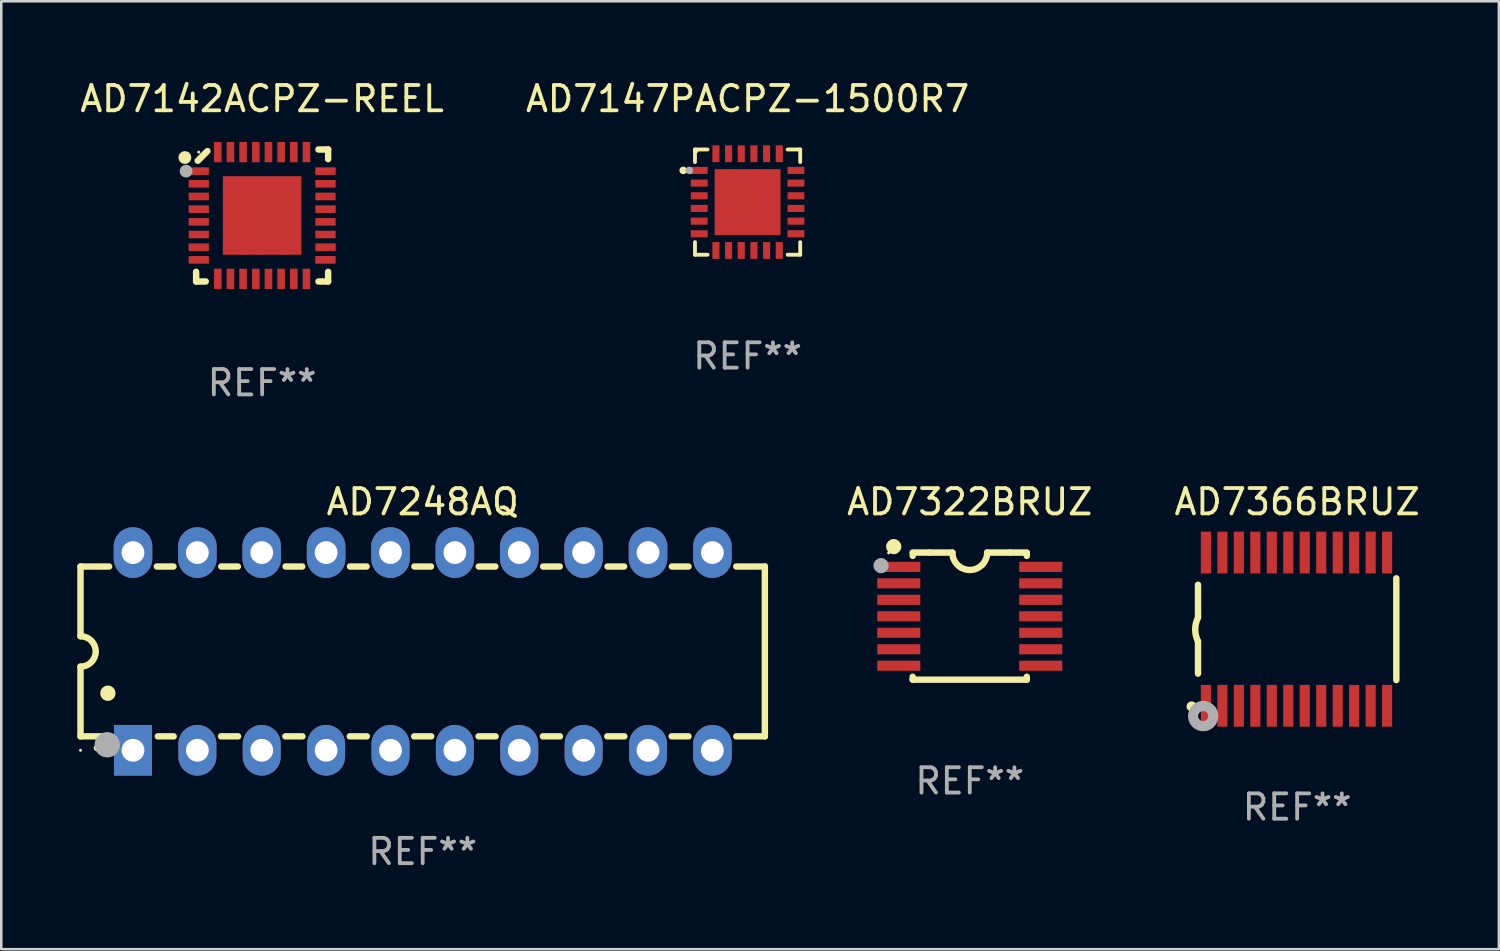
<source format=kicad_pcb>
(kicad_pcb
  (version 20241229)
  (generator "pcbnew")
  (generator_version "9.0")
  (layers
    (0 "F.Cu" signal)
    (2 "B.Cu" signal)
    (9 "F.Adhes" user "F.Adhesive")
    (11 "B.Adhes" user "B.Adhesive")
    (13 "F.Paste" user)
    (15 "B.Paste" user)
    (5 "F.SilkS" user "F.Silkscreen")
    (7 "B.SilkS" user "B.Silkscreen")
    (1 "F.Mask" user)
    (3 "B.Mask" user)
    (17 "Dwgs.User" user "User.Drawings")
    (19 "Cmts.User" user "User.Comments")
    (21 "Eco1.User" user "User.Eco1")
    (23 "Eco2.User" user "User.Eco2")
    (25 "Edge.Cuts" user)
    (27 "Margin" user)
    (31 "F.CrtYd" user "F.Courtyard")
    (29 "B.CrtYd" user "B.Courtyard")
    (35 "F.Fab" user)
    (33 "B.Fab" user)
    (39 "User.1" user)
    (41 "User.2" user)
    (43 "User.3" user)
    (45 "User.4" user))
  (footprint "AD7142ACPZ-REEL"
    (layer "F.Cu")
    (at 7.292 5.452)
    (property "Reference" "AD7142ACPZ-REEL" (at 0 -4.604 0) (layer "F.SilkS") (effects (font (size 1 1) (thickness 0.15))))
    (attr through_hole)
    (fp_line (start -2.604 2.223) (end -2.604 2.604) (stroke (width 0.254) (type solid)) (layer "F.SilkS"))
    (fp_line (start -2.604 2.604) (end -2.223 2.604) (stroke (width 0.254) (type solid)) (layer "F.SilkS"))
    (fp_line (start -2.159 -2.54) (end -2.54 -2.159) (stroke (width 0.254) (type solid)) (layer "F.SilkS"))
    (fp_line (start 2.223 2.604) (end 2.604 2.604) (stroke (width 0.254) (type solid)) (layer "F.SilkS"))
    (fp_line (start 2.604 -2.604) (end 2.223 -2.604) (stroke (width 0.254) (type solid)) (layer "F.SilkS"))
    (fp_line (start 2.604 -2.223) (end 2.604 -2.604) (stroke (width 0.254) (type solid)) (layer "F.SilkS"))
    (fp_line (start 2.604 2.604) (end 2.604 2.223) (stroke (width 0.254) (type solid)) (layer "F.SilkS"))
    (fp_circle (center -3.048 -2.286) (end -2.921 -2.286) (stroke (width 0.254) (type solid)) (fill no) (layer "F.SilkS"))
    (fp_circle (center -2.5 -2.5) (end -2.47 -2.5) (stroke (width 0.06) (type solid)) (fill no) (layer "F.SilkS"))
    (fp_circle (center -3 -1.75) (end -2.873 -1.75) (stroke (width 0.254) (type solid)) (fill no) (layer "F.Fab"))
    (fp_text user "REF**" (at 0 6.604 0) (layer "F.Fab") (effects (font (size 1 1) (thickness 0.15))))
    (pad "1" smd rect (at -2.5 -1.75 270) (size 0.3 0.8) (layers "F.Cu" "F.Mask" "F.Paste"))
    (pad "2" smd rect (at -2.5 -1.25 270) (size 0.3 0.8) (layers "F.Cu" "F.Mask" "F.Paste"))
    (pad "3" smd rect (at -2.5 -0.75 270) (size 0.3 0.8) (layers "F.Cu" "F.Mask" "F.Paste"))
    (pad "4" smd rect (at -2.5 -0.25 270) (size 0.3 0.8) (layers "F.Cu" "F.Mask" "F.Paste"))
    (pad "5" smd rect (at -2.5 0.25 270) (size 0.3 0.8) (layers "F.Cu" "F.Mask" "F.Paste"))
    (pad "6" smd rect (at -2.5 0.75 270) (size 0.3 0.8) (layers "F.Cu" "F.Mask" "F.Paste"))
    (pad "7" smd rect (at -2.5 1.25 270) (size 0.3 0.8) (layers "F.Cu" "F.Mask" "F.Paste"))
    (pad "8" smd rect (at -2.5 1.75 270) (size 0.3 0.8) (layers "F.Cu" "F.Mask" "F.Paste"))
    (pad "9" smd rect (at -1.75 2.5 270) (size 0.8 0.3) (layers "F.Cu" "F.Mask" "F.Paste"))
    (pad "10" smd rect (at -1.25 2.5 270) (size 0.8 0.3) (layers "F.Cu" "F.Mask" "F.Paste"))
    (pad "11" smd rect (at -0.75 2.5 270) (size 0.8 0.3) (layers "F.Cu" "F.Mask" "F.Paste"))
    (pad "12" smd rect (at -0.25 2.5 270) (size 0.8 0.3) (layers "F.Cu" "F.Mask" "F.Paste"))
    (pad "13" smd rect (at 0.25 2.5 270) (size 0.8 0.3) (layers "F.Cu" "F.Mask" "F.Paste"))
    (pad "14" smd rect (at 0.75 2.5 270) (size 0.8 0.3) (layers "F.Cu" "F.Mask" "F.Paste"))
    (pad "15" smd rect (at 1.25 2.5 270) (size 0.8 0.3) (layers "F.Cu" "F.Mask" "F.Paste"))
    (pad "16" smd rect (at 1.75 2.5 270) (size 0.8 0.3) (layers "F.Cu" "F.Mask" "F.Paste"))
    (pad "17" smd rect (at 2.5 1.75 270) (size 0.3 0.8) (layers "F.Cu" "F.Mask" "F.Paste"))
    (pad "18" smd rect (at 2.5 1.25 270) (size 0.3 0.8) (layers "F.Cu" "F.Mask" "F.Paste"))
    (pad "19" smd rect (at 2.5 0.75 270) (size 0.3 0.8) (layers "F.Cu" "F.Mask" "F.Paste"))
    (pad "20" smd rect (at 2.5 0.25 270) (size 0.3 0.8) (layers "F.Cu" "F.Mask" "F.Paste"))
    (pad "21" smd rect (at 2.5 -0.25 270) (size 0.3 0.8) (layers "F.Cu" "F.Mask" "F.Paste"))
    (pad "22" smd rect (at 2.5 -0.75 270) (size 0.3 0.8) (layers "F.Cu" "F.Mask" "F.Paste"))
    (pad "23" smd rect (at 2.5 -1.25 270) (size 0.3 0.8) (layers "F.Cu" "F.Mask" "F.Paste"))
    (pad "24" smd rect (at 2.5 -1.75 270) (size 0.3 0.8) (layers "F.Cu" "F.Mask" "F.Paste"))
    (pad "25" smd rect (at 1.75 -2.5 270) (size 0.8 0.3) (layers "F.Cu" "F.Mask" "F.Paste"))
    (pad "26" smd rect (at 1.25 -2.5 270) (size 0.8 0.3) (layers "F.Cu" "F.Mask" "F.Paste"))
    (pad "27" smd rect (at 0.75 -2.5 270) (size 0.8 0.3) (layers "F.Cu" "F.Mask" "F.Paste"))
    (pad "28" smd rect (at 0.25 -2.5 270) (size 0.8 0.3) (layers "F.Cu" "F.Mask" "F.Paste"))
    (pad "29" smd rect (at -0.25 -2.5 270) (size 0.8 0.3) (layers "F.Cu" "F.Mask" "F.Paste"))
    (pad "30" smd rect (at -0.75 -2.5 270) (size 0.8 0.3) (layers "F.Cu" "F.Mask" "F.Paste"))
    (pad "31" smd rect (at -1.25 -2.5 270) (size 0.8 0.3) (layers "F.Cu" "F.Mask" "F.Paste"))
    (pad "32" smd rect (at -1.75 -2.5 270) (size 0.8 0.3) (layers "F.Cu" "F.Mask" "F.Paste"))
    (pad "33" smd rect (at 0.000025 0 270) (size 3.1 3.1) (layers "F.Cu" "F.Mask" "F.Paste")))
  (footprint "AD7366BRUZ"
    (layer "F.Cu")
    (at 48.129 21.774)
    (property "Reference" "AD7366BRUZ" (at 0 -5.023 0) (layer "F.SilkS") (effects (font (size 1 1) (thickness 0.15))))
    (attr through_hole)
    (fp_line (start -3.912 -0.483) (end -3.912 -1.753) (stroke (width 0.254) (type solid)) (layer "F.SilkS"))
    (fp_line (start -3.912 1.753) (end -3.912 0.483) (stroke (width 0.254) (type solid)) (layer "F.SilkS"))
    (fp_line (start 3.912 -2.007) (end 3.912 2.007) (stroke (width 0.254) (type solid)) (layer "F.SilkS"))
    (fp_arc (start -3.911608 0.482601) (mid -4.022537 0.0127) (end -3.911608 -0.457201) (stroke (width 0.254001) (type solid)) (layer "F.SilkS"))
    (fp_circle (center -4.166 3.048) (end -4.066 3.048) (stroke (width 0.2) (type solid)) (fill no) (layer "F.SilkS"))
    (fp_circle (center -3.925 3.186) (end -3.895 3.186) (stroke (width 0.06) (type solid)) (fill no) (layer "F.SilkS"))
    (fp_circle (center -3.708 3.429) (end -3.509 3.429) (stroke (width 0.4) (type solid)) (fill no) (layer "F.Fab"))
    (fp_text user "REF**" (at 0 7.023 0) (layer "F.Fab") (effects (font (size 1 1) (thickness 0.15))))
    (pad "1" smd rect (at -3.6 3.023) (size 0.4 1.65) (layers "F.Cu" "F.Mask" "F.Paste"))
    (pad "2" smd rect (at -2.95 3.023) (size 0.4 1.65) (layers "F.Cu" "F.Mask" "F.Paste"))
    (pad "3" smd rect (at -2.3 3.023) (size 0.4 1.65) (layers "F.Cu" "F.Mask" "F.Paste"))
    (pad "4" smd rect (at -1.65 3.023) (size 0.4 1.65) (layers "F.Cu" "F.Mask" "F.Paste"))
    (pad "5" smd rect (at -1 3.023) (size 0.4 1.65) (layers "F.Cu" "F.Mask" "F.Paste"))
    (pad "6" smd rect (at -0.35 3.023) (size 0.4 1.65) (layers "F.Cu" "F.Mask" "F.Paste"))
    (pad "7" smd rect (at 0.299 3.023) (size 0.4 1.65) (layers "F.Cu" "F.Mask" "F.Paste"))
    (pad "8" smd rect (at 0.95 3.023) (size 0.4 1.65) (layers "F.Cu" "F.Mask" "F.Paste"))
    (pad "9" smd rect (at 1.6 3.023) (size 0.4 1.65) (layers "F.Cu" "F.Mask" "F.Paste"))
    (pad "10" smd rect (at 2.25 3.023) (size 0.4 1.65) (layers "F.Cu" "F.Mask" "F.Paste"))
    (pad "11" smd rect (at 2.9 3.023) (size 0.4 1.65) (layers "F.Cu" "F.Mask" "F.Paste"))
    (pad "12" smd rect (at 3.549 3.023) (size 0.4 1.65) (layers "F.Cu" "F.Mask" "F.Paste"))
    (pad "13" smd rect (at 3.549 -3.023) (size 0.4 1.65) (layers "F.Cu" "F.Mask" "F.Paste"))
    (pad "14" smd rect (at 2.9 -3.023) (size 0.4 1.65) (layers "F.Cu" "F.Mask" "F.Paste"))
    (pad "15" smd rect (at 2.25 -3.023) (size 0.4 1.65) (layers "F.Cu" "F.Mask" "F.Paste"))
    (pad "16" smd rect (at 1.6 -3.023) (size 0.4 1.65) (layers "F.Cu" "F.Mask" "F.Paste"))
    (pad "17" smd rect (at 0.95 -3.023) (size 0.4 1.65) (layers "F.Cu" "F.Mask" "F.Paste"))
    (pad "18" smd rect (at 0.299 -3.023) (size 0.4 1.65) (layers "F.Cu" "F.Mask" "F.Paste"))
    (pad "19" smd rect (at -0.35 -3.023) (size 0.4 1.65) (layers "F.Cu" "F.Mask" "F.Paste"))
    (pad "20" smd rect (at -1 -3.023) (size 0.4 1.65) (layers "F.Cu" "F.Mask" "F.Paste"))
    (pad "21" smd rect (at -1.65 -3.023) (size 0.4 1.65) (layers "F.Cu" "F.Mask" "F.Paste"))
    (pad "22" smd rect (at -2.3 -3.023) (size 0.4 1.65) (layers "F.Cu" "F.Mask" "F.Paste"))
    (pad "23" smd rect (at -2.95 -3.023) (size 0.4 1.65) (layers "F.Cu" "F.Mask" "F.Paste"))
    (pad "24" smd rect (at -3.6 -3.023) (size 0.4 1.65) (layers "F.Cu" "F.Mask" "F.Paste")))
  (footprint "AD7248AQ"
    (layer "F.Cu")
    (at 13.627 22.652)
    (property "Reference" "AD7248AQ" (at 0 -5.9 0) (layer "F.SilkS") (effects (font (size 1 1) (thickness 0.15))))
    (attr through_hole)
    (fp_line (start -13.5 -3.35) (end -12.373 -3.35) (stroke (width 0.254) (type solid)) (layer "F.SilkS"))
    (fp_line (start -13.5 -0.6) (end -13.5 -3.35) (stroke (width 0.254) (type solid)) (layer "F.SilkS"))
    (fp_line (start -13.5 3.35) (end -13.5 0.6) (stroke (width 0.254) (type solid)) (layer "F.SilkS"))
    (fp_line (start -13.5 3.35) (end -12.411 3.35) (stroke (width 0.254) (type solid)) (layer "F.SilkS"))
    (fp_line (start -10.487 -3.35) (end -9.833 -3.35) (stroke (width 0.254) (type solid)) (layer "F.SilkS"))
    (fp_line (start -10.449 3.35) (end -9.824 3.35) (stroke (width 0.254) (type solid)) (layer "F.SilkS"))
    (fp_line (start -7.956 3.35) (end -7.284 3.35) (stroke (width 0.254) (type solid)) (layer "F.SilkS"))
    (fp_line (start -7.947 -3.35) (end -7.293 -3.35) (stroke (width 0.254) (type solid)) (layer "F.SilkS"))
    (fp_line (start -5.416 3.35) (end -4.744 3.35) (stroke (width 0.254) (type solid)) (layer "F.SilkS"))
    (fp_line (start -5.407 -3.35) (end -4.753 -3.35) (stroke (width 0.254) (type solid)) (layer "F.SilkS"))
    (fp_line (start -2.876 3.35) (end -2.204 3.35) (stroke (width 0.254) (type solid)) (layer "F.SilkS"))
    (fp_line (start -2.867 -3.35) (end -2.213 -3.35) (stroke (width 0.254) (type solid)) (layer "F.SilkS"))
    (fp_line (start -0.336 3.35) (end 0.336 3.35) (stroke (width 0.254) (type solid)) (layer "F.SilkS"))
    (fp_line (start -0.327 -3.35) (end 0.327 -3.35) (stroke (width 0.254) (type solid)) (layer "F.SilkS"))
    (fp_line (start 2.204 3.35) (end 2.876 3.35) (stroke (width 0.254) (type solid)) (layer "F.SilkS"))
    (fp_line (start 2.213 -3.35) (end 2.867 -3.35) (stroke (width 0.254) (type solid)) (layer "F.SilkS"))
    (fp_line (start 4.744 3.35) (end 5.416 3.35) (stroke (width 0.254) (type solid)) (layer "F.SilkS"))
    (fp_line (start 4.753 -3.35) (end 5.407 -3.35) (stroke (width 0.254) (type solid)) (layer "F.SilkS"))
    (fp_line (start 7.284 3.35) (end 7.956 3.35) (stroke (width 0.254) (type solid)) (layer "F.SilkS"))
    (fp_line (start 7.293 -3.35) (end 7.947 -3.35) (stroke (width 0.254) (type solid)) (layer "F.SilkS"))
    (fp_line (start 9.824 3.35) (end 10.487 3.35) (stroke (width 0.254) (type solid)) (layer "F.SilkS"))
    (fp_line (start 9.833 -3.35) (end 10.487 -3.35) (stroke (width 0.254) (type solid)) (layer "F.SilkS"))
    (fp_line (start 12.373 -3.35) (end 13.5 -3.35) (stroke (width 0.254) (type solid)) (layer "F.SilkS"))
    (fp_line (start 12.373 3.35) (end 13.5 3.35) (stroke (width 0.254) (type solid)) (layer "F.SilkS"))
    (fp_line (start 13.5 -3.35) (end 13.5 3.35) (stroke (width 0.254) (type solid)) (layer "F.SilkS"))
    (fp_arc (start -13.500127 -0.599442) (mid -12.900406 0.000228) (end -13.500025 0.6) (stroke (width 0.254001) (type solid)) (layer "F.SilkS"))
    (fp_arc (start -12.854966 3.810008) (mid -12.854973 3.808738) (end -12.854966 3.807468) (stroke (width 0.25) (type solid)) (layer "F.SilkS"))
    (fp_arc (start -12.420625 1.651003) (mid -12.420636 1.648463) (end -12.420625 1.645923) (stroke (width 0.6) (type solid)) (layer "F.SilkS"))
    (fp_circle (center -13.5 3.9) (end -13.47 3.9) (stroke (width 0.06) (type solid)) (fill no) (layer "F.SilkS"))
    (fp_circle (center -12.446 3.683) (end -12.196 3.683) (stroke (width 0.5) (type solid)) (fill no) (layer "F.Fab"))
    (fp_text user "REF**" (at 0 7.9 0) (layer "F.Fab") (effects (font (size 1 1) (thickness 0.15))))
    (pad "1" thru_hole rect (at -11.43 3.9 90) (size 2 1.5) (drill 0.9) (layers "*.Cu" "*.Mask"))
    (pad "2" thru_hole oval (at -8.89 3.9 90) (size 2 1.5) (drill 0.9) (layers "*.Cu" "*.Mask"))
    (pad "3" thru_hole oval (at -6.35 3.9 90) (size 2 1.5) (drill 0.9) (layers "*.Cu" "*.Mask"))
    (pad "4" thru_hole oval (at -3.81 3.9 90) (size 2 1.5) (drill 0.9) (layers "*.Cu" "*.Mask"))
    (pad "5" thru_hole oval (at -1.27 3.9 90) (size 2 1.5) (drill 0.9) (layers "*.Cu" "*.Mask"))
    (pad "6" thru_hole oval (at 1.27 3.9 90) (size 2 1.5) (drill 0.9) (layers "*.Cu" "*.Mask"))
    (pad "7" thru_hole oval (at 3.81 3.9 90) (size 2 1.5) (drill 0.9) (layers "*.Cu" "*.Mask"))
    (pad "8" thru_hole oval (at 6.35 3.9 90) (size 2 1.5) (drill 0.9) (layers "*.Cu" "*.Mask"))
    (pad "9" thru_hole oval (at 8.89 3.9 90) (size 2 1.5) (drill 0.9) (layers "*.Cu" "*.Mask"))
    (pad "10" thru_hole oval (at 11.43 3.9 90) (size 2 1.524) (drill 0.9) (layers "*.Cu" "*.Mask"))
    (pad "11" thru_hole oval (at 11.43 -3.9 90) (size 2 1.524) (drill 0.9) (layers "*.Cu" "*.Mask"))
    (pad "12" thru_hole oval (at 8.89 -3.9 90) (size 2 1.524) (drill 0.9) (layers "*.Cu" "*.Mask"))
    (pad "13" thru_hole oval (at 6.35 -3.9 90) (size 2 1.524) (drill 0.9) (layers "*.Cu" "*.Mask"))
    (pad "14" thru_hole oval (at 3.81 -3.9 90) (size 2 1.524) (drill 0.9) (layers "*.Cu" "*.Mask"))
    (pad "15" thru_hole oval (at 1.27 -3.9 90) (size 2 1.524) (drill 0.9) (layers "*.Cu" "*.Mask"))
    (pad "16" thru_hole oval (at -1.27 -3.9 90) (size 2 1.524) (drill 0.9) (layers "*.Cu" "*.Mask"))
    (pad "17" thru_hole oval (at -3.81 -3.9 90) (size 2 1.524) (drill 0.9) (layers "*.Cu" "*.Mask"))
    (pad "18" thru_hole oval (at -6.35 -3.9 90) (size 2 1.524) (drill 0.9) (layers "*.Cu" "*.Mask"))
    (pad "19" thru_hole oval (at -8.89 -3.9 90) (size 2 1.524) (drill 0.9) (layers "*.Cu" "*.Mask"))
    (pad "20" thru_hole oval (at -11.43 -3.9 90) (size 2 1.524) (drill 0.9) (layers "*.Cu" "*.Mask")))
  (footprint "AD7322BRUZ"
    (layer "F.Cu")
    (at 35.212 21.259)
    (property "Reference" "AD7322BRUZ" (at 0 -4.507 0) (layer "F.SilkS") (effects (font (size 1 1) (thickness 0.15))))
    (attr through_hole)
    (fp_line (start -2.25 -2.377) (end -2.25 -2.493) (stroke (width 0.254) (type solid)) (layer "F.SilkS"))
    (fp_line (start -2.25 2.507) (end -2.25 2.392) (stroke (width 0.254) (type solid)) (layer "F.SilkS"))
    (fp_line (start -1.6 -2.507) (end -2.25 -2.507) (stroke (width 0.254) (type solid)) (layer "F.SilkS"))
    (fp_line (start -1.6 -2.507) (end -0.686 -2.507) (stroke (width 0.254) (type solid)) (layer "F.SilkS"))
    (fp_line (start 0.686 -2.507) (end 1.6 -2.507) (stroke (width 0.254) (type solid)) (layer "F.SilkS"))
    (fp_line (start 1.6 -2.507) (end 2.25 -2.507) (stroke (width 0.254) (type solid)) (layer "F.SilkS"))
    (fp_line (start 2.25 -2.493) (end 2.25 -2.377) (stroke (width 0.254) (type solid)) (layer "F.SilkS"))
    (fp_line (start 2.25 2.392) (end 2.25 2.507) (stroke (width 0.254) (type solid)) (layer "F.SilkS"))
    (fp_line (start 2.25 2.507) (end -2.25 2.507) (stroke (width 0.254) (type solid)) (layer "F.SilkS"))
    (fp_arc (start 0.685852 -2.507303) (mid 0.000051 -1.821502) (end -0.68575 -2.507303) (stroke (width 0.254001) (type solid)) (layer "F.SilkS"))
    (fp_circle (center -3.2 -2.493) (end -3.17 -2.493) (stroke (width 0.06) (type solid)) (fill no) (layer "F.SilkS"))
    (fp_circle (center -3 -2.743) (end -2.85 -2.743) (stroke (width 0.3) (type solid)) (fill no) (layer "F.SilkS"))
    (fp_circle (center -3.5 -1.993) (end -3.35 -1.993) (stroke (width 0.3) (type solid)) (fill no) (layer "F.Fab"))
    (fp_text user "REF**" (at 0 6.507 0) (layer "F.Fab") (effects (font (size 1 1) (thickness 0.15))))
    (pad "1" smd rect (at -2.8 -1.943) (size 1.7 0.4) (layers "F.Cu" "F.Mask" "F.Paste"))
    (pad "2" smd rect (at -2.8 -1.293) (size 1.7 0.4) (layers "F.Cu" "F.Mask" "F.Paste"))
    (pad "3" smd rect (at -2.8 -0.643) (size 1.7 0.4) (layers "F.Cu" "F.Mask" "F.Paste"))
    (pad "4" smd rect (at -2.8 0.007) (size 1.7 0.4) (layers "F.Cu" "F.Mask" "F.Paste"))
    (pad "5" smd rect (at -2.8 0.657) (size 1.7 0.4) (layers "F.Cu" "F.Mask" "F.Paste"))
    (pad "6" smd rect (at -2.8 1.307) (size 1.7 0.4) (layers "F.Cu" "F.Mask" "F.Paste"))
    (pad "7" smd rect (at -2.8 1.957) (size 1.7 0.4) (layers "F.Cu" "F.Mask" "F.Paste"))
    (pad "8" smd rect (at 2.8 1.957) (size 1.7 0.4) (layers "F.Cu" "F.Mask" "F.Paste"))
    (pad "9" smd rect (at 2.8 1.307) (size 1.7 0.4) (layers "F.Cu" "F.Mask" "F.Paste"))
    (pad "10" smd rect (at 2.8 0.657) (size 1.7 0.4) (layers "F.Cu" "F.Mask" "F.Paste"))
    (pad "11" smd rect (at 2.8 0.007) (size 1.7 0.4) (layers "F.Cu" "F.Mask" "F.Paste"))
    (pad "12" smd rect (at 2.8 -0.643) (size 1.7 0.4) (layers "F.Cu" "F.Mask" "F.Paste"))
    (pad "13" smd rect (at 2.8 -1.293) (size 1.7 0.4) (layers "F.Cu" "F.Mask" "F.Paste"))
    (pad "14" smd rect (at 2.8 -1.943) (size 1.7 0.4) (layers "F.Cu" "F.Mask" "F.Paste")))
  (footprint "AD7147PACPZ-1500R7"
    (layer "F.Cu")
    (at 26.446 4.924)
    (property "Reference" "AD7147PACPZ-1500R7" (at 0 -4.076 0) (layer "F.SilkS") (effects (font (size 1 1) (thickness 0.15))))
    (attr through_hole)
    (fp_line (start -2.076 -2.076) (end -2.076 -1.58) (stroke (width 0.152) (type solid)) (layer "F.SilkS"))
    (fp_line (start -2.076 2.076) (end -2.076 1.58) (stroke (width 0.152) (type solid)) (layer "F.SilkS"))
    (fp_line (start -1.58 -2.076) (end -2.076 -2.076) (stroke (width 0.152) (type solid)) (layer "F.SilkS"))
    (fp_line (start -1.58 2.076) (end -2.076 2.076) (stroke (width 0.152) (type solid)) (layer "F.SilkS"))
    (fp_line (start 1.58 -2.076) (end 2.076 -2.076) (stroke (width 0.152) (type solid)) (layer "F.SilkS"))
    (fp_line (start 1.58 2.076) (end 2.076 2.076) (stroke (width 0.152) (type solid)) (layer "F.SilkS"))
    (fp_line (start 2.076 -2.076) (end 2.076 -1.58) (stroke (width 0.152) (type solid)) (layer "F.SilkS"))
    (fp_line (start 2.076 2.076) (end 2.076 1.58) (stroke (width 0.152) (type solid)) (layer "F.SilkS"))
    (fp_circle (center -2.54 -1.25) (end -2.465 -1.25) (stroke (width 0.15) (type solid)) (fill no) (layer "F.SilkS"))
    (fp_circle (center -2 -2) (end -1.97 -2) (stroke (width 0.06) (type solid)) (fill no) (layer "F.SilkS"))
    (fp_circle (center -2.3 -1.25) (end -2.225 -1.25) (stroke (width 0.15) (type solid)) (fill no) (layer "F.Fab"))
    (fp_text user "REF**" (at 0 6.076 0) (layer "F.Fab") (effects (font (size 1 1) (thickness 0.15))))
    (pad "1" smd rect (at -1.908 -1.25) (size 0.665 0.28) (layers "F.Cu" "F.Mask" "F.Paste"))
    (pad "2" smd rect (at -1.908 -0.75) (size 0.665 0.28) (layers "F.Cu" "F.Mask" "F.Paste"))
    (pad "3" smd rect (at -1.908 -0.25) (size 0.665 0.28) (layers "F.Cu" "F.Mask" "F.Paste"))
    (pad "4" smd rect (at -1.908 0.25) (size 0.665 0.28) (layers "F.Cu" "F.Mask" "F.Paste"))
    (pad "5" smd rect (at -1.908 0.75) (size 0.665 0.28) (layers "F.Cu" "F.Mask" "F.Paste"))
    (pad "6" smd rect (at -1.908 1.25) (size 0.665 0.28) (layers "F.Cu" "F.Mask" "F.Paste"))
    (pad "7" smd rect (at -1.25 1.908) (size 0.28 0.665) (layers "F.Cu" "F.Mask" "F.Paste"))
    (pad "8" smd rect (at -0.75 1.908) (size 0.28 0.665) (layers "F.Cu" "F.Mask" "F.Paste"))
    (pad "9" smd rect (at -0.25 1.908) (size 0.28 0.665) (layers "F.Cu" "F.Mask" "F.Paste"))
    (pad "10" smd rect (at 0.25 1.908) (size 0.28 0.665) (layers "F.Cu" "F.Mask" "F.Paste"))
    (pad "11" smd rect (at 0.75 1.908) (size 0.28 0.665) (layers "F.Cu" "F.Mask" "F.Paste"))
    (pad "12" smd rect (at 1.25 1.908) (size 0.28 0.665) (layers "F.Cu" "F.Mask" "F.Paste"))
    (pad "13" smd rect (at 1.908 1.25) (size 0.665 0.28) (layers "F.Cu" "F.Mask" "F.Paste"))
    (pad "14" smd rect (at 1.908 0.75) (size 0.665 0.28) (layers "F.Cu" "F.Mask" "F.Paste"))
    (pad "15" smd rect (at 1.908 0.25) (size 0.665 0.28) (layers "F.Cu" "F.Mask" "F.Paste"))
    (pad "16" smd rect (at 1.908 -0.25) (size 0.665 0.28) (layers "F.Cu" "F.Mask" "F.Paste"))
    (pad "17" smd rect (at 1.908 -0.75) (size 0.665 0.28) (layers "F.Cu" "F.Mask" "F.Paste"))
    (pad "18" smd rect (at 1.908 -1.25) (size 0.665 0.28) (layers "F.Cu" "F.Mask" "F.Paste"))
    (pad "19" smd rect (at 1.25 -1.908) (size 0.28 0.665) (layers "F.Cu" "F.Mask" "F.Paste"))
    (pad "20" smd rect (at 0.75 -1.908) (size 0.28 0.665) (layers "F.Cu" "F.Mask" "F.Paste"))
    (pad "21" smd rect (at 0.25 -1.908) (size 0.28 0.665) (layers "F.Cu" "F.Mask" "F.Paste"))
    (pad "22" smd rect (at -0.25 -1.908) (size 0.28 0.665) (layers "F.Cu" "F.Mask" "F.Paste"))
    (pad "23" smd rect (at -0.75 -1.908) (size 0.28 0.665) (layers "F.Cu" "F.Mask" "F.Paste"))
    (pad "24" smd rect (at -1.25 -1.908) (size 0.28 0.665) (layers "F.Cu" "F.Mask" "F.Paste"))
    (pad "25" smd rect (at 0 0) (size 2.6 2.6) (layers "F.Cu" "F.Mask" "F.Paste")))
  (gr_rect
    (start -3 -3)
    (end 56.087 34.4)
    (stroke (width 0.1) (type default))
    (fill no)
    (layer "Edge.Cuts")))
</source>
